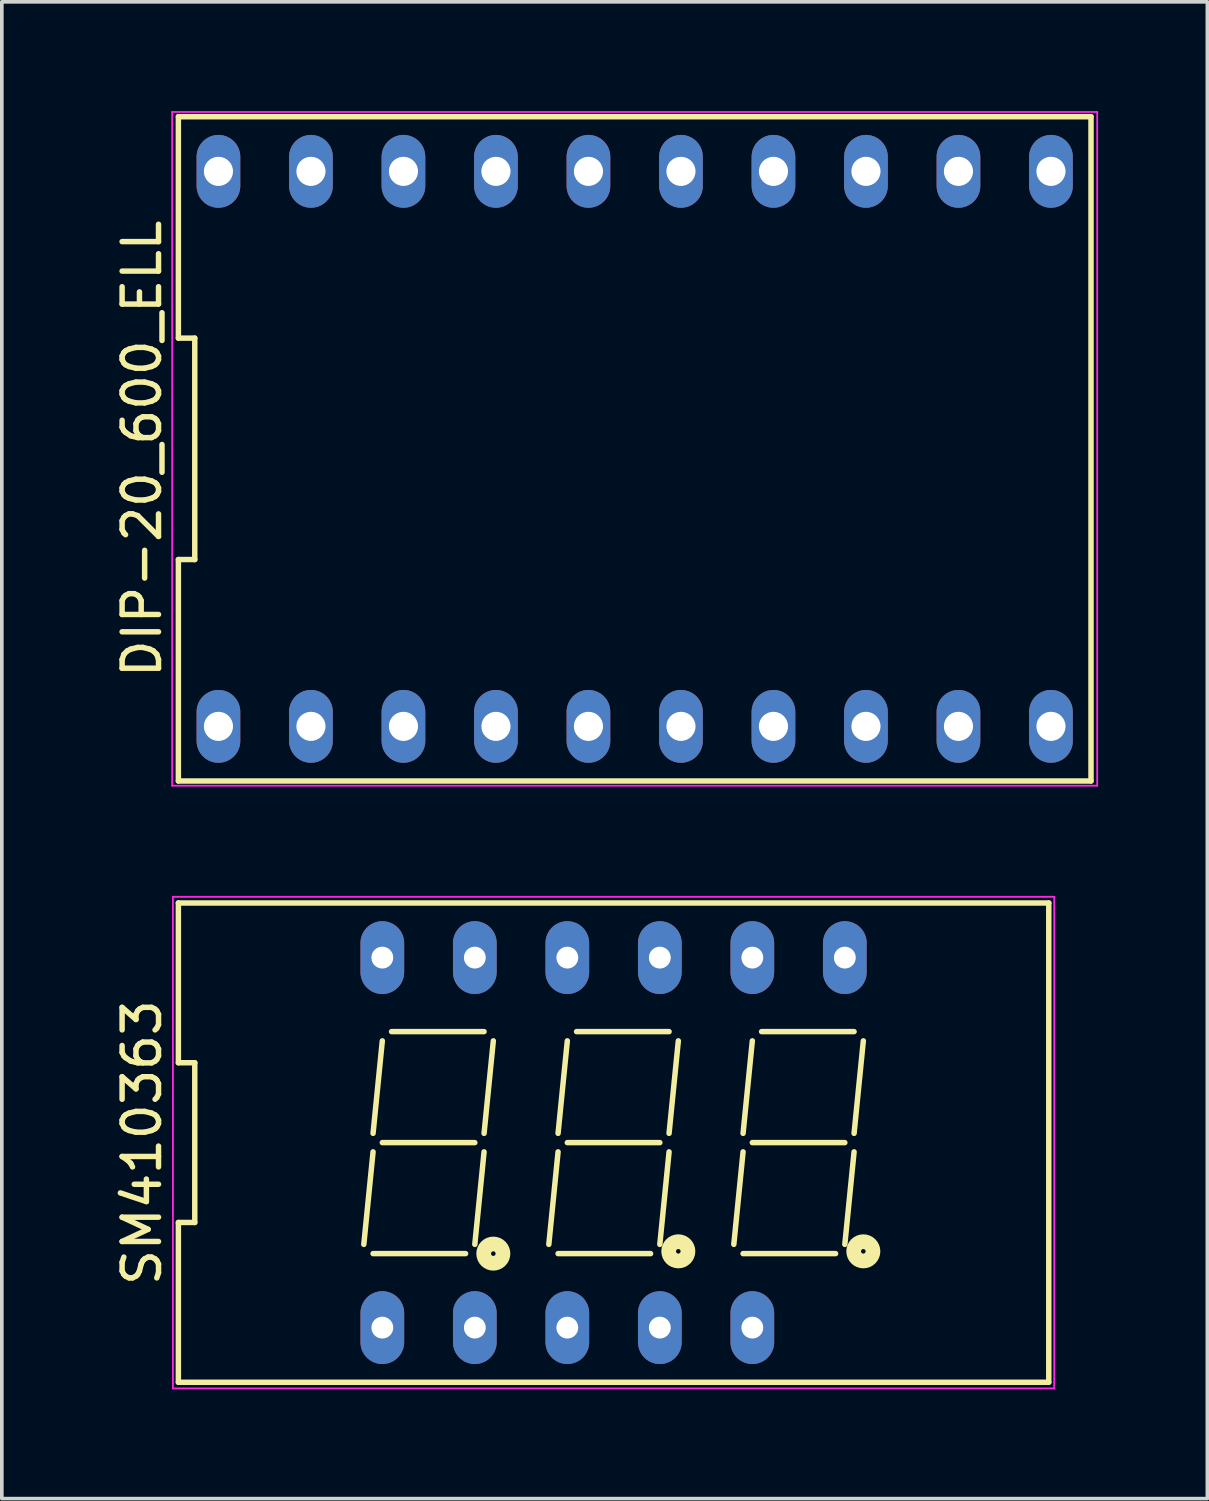
<source format=kicad_pcb>
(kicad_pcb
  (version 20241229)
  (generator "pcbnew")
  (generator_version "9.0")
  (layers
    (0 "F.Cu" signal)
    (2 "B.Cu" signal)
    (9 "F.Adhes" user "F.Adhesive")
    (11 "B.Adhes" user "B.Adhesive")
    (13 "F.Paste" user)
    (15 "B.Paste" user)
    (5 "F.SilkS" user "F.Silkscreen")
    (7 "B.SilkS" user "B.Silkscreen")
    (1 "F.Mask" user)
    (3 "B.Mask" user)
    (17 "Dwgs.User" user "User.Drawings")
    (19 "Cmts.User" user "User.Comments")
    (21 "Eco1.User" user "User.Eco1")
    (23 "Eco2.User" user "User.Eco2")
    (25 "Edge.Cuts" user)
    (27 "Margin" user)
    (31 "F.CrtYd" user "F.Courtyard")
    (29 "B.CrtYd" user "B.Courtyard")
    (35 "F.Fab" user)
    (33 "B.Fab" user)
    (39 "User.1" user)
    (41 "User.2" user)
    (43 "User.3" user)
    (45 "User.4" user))
  (footprint "DIP-20_600_ELL"
    (layer "F.Cu")
    (at 14.378 9.275)
    (property "Reference" "DIP-20_600_ELL" (at -13.53 0 90) (layer "F.SilkS") (effects (font (size 1 1) (thickness 0.15))))
    (attr through_hole)
    (fp_line (start -12.53 -9.12) (end -12.53 -3.04) (stroke (width 0.15) (type solid)) (layer "F.SilkS"))
    (fp_line (start -12.53 -3.04) (end -12.08 -3.04) (stroke (width 0.15) (type solid)) (layer "F.SilkS"))
    (fp_line (start -12.53 3.04) (end -12.53 9.12) (stroke (width 0.15) (type solid)) (layer "F.SilkS"))
    (fp_line (start -12.53 9.12) (end 12.53 9.12) (stroke (width 0.15) (type solid)) (layer "F.SilkS"))
    (fp_line (start -12.08 -3.04) (end -12.08 3.04) (stroke (width 0.15) (type solid)) (layer "F.SilkS"))
    (fp_line (start -12.08 3.04) (end -12.53 3.04) (stroke (width 0.15) (type solid)) (layer "F.SilkS"))
    (fp_line (start 12.53 -9.12) (end -12.53 -9.12) (stroke (width 0.15) (type solid)) (layer "F.SilkS"))
    (fp_line (start 12.53 9.12) (end 12.53 -9.12) (stroke (width 0.15) (type solid)) (layer "F.SilkS"))
    (fp_line (start -12.7 -9.25) (end 12.7 -9.25) (stroke (width 0.05) (type solid)) (layer "F.CrtYd"))
    (fp_line (start -12.7 9.25) (end -12.7 -9.25) (stroke (width 0.05) (type solid)) (layer "F.CrtYd"))
    (fp_line (start 12.7 -9.25) (end 12.7 9.25) (stroke (width 0.05) (type solid)) (layer "F.CrtYd"))
    (fp_line (start 12.7 9.25) (end -12.7 9.25) (stroke (width 0.05) (type solid)) (layer "F.CrtYd"))
    (pad "1" thru_hole oval (at -11.43 7.62) (size 1.2 2) (drill 0.8) (layers "*.Cu" "*.Mask"))
    (pad "2" thru_hole oval (at -8.89 7.62) (size 1.2 2) (drill 0.8) (layers "*.Cu" "*.Mask"))
    (pad "3" thru_hole oval (at -6.35 7.62) (size 1.2 2) (drill 0.8) (layers "*.Cu" "*.Mask"))
    (pad "4" thru_hole oval (at -3.81 7.62) (size 1.2 2) (drill 0.8) (layers "*.Cu" "*.Mask"))
    (pad "5" thru_hole oval (at -1.27 7.62) (size 1.2 2) (drill 0.8) (layers "*.Cu" "*.Mask"))
    (pad "6" thru_hole oval (at 1.27 7.62) (size 1.2 2) (drill 0.8) (layers "*.Cu" "*.Mask"))
    (pad "7" thru_hole oval (at 3.81 7.62) (size 1.2 2) (drill 0.8) (layers "*.Cu" "*.Mask"))
    (pad "8" thru_hole oval (at 6.35 7.62) (size 1.2 2) (drill 0.8) (layers "*.Cu" "*.Mask"))
    (pad "9" thru_hole oval (at 8.89 7.62) (size 1.2 2) (drill 0.8) (layers "*.Cu" "*.Mask"))
    (pad "10" thru_hole oval (at 11.43 7.62) (size 1.2 2) (drill 0.8) (layers "*.Cu" "*.Mask"))
    (pad "11" thru_hole oval (at 11.43 -7.62) (size 1.2 2) (drill 0.8) (layers "*.Cu" "*.Mask"))
    (pad "12" thru_hole oval (at 8.89 -7.62) (size 1.2 2) (drill 0.8) (layers "*.Cu" "*.Mask"))
    (pad "13" thru_hole oval (at 6.35 -7.62) (size 1.2 2) (drill 0.8) (layers "*.Cu" "*.Mask"))
    (pad "14" thru_hole oval (at 3.81 -7.62) (size 1.2 2) (drill 0.8) (layers "*.Cu" "*.Mask"))
    (pad "15" thru_hole oval (at 1.27 -7.62) (size 1.2 2) (drill 0.8) (layers "*.Cu" "*.Mask"))
    (pad "16" thru_hole oval (at -1.27 -7.62) (size 1.2 2) (drill 0.8) (layers "*.Cu" "*.Mask"))
    (pad "17" thru_hole oval (at -3.81 -7.62) (size 1.2 2) (drill 0.8) (layers "*.Cu" "*.Mask"))
    (pad "18" thru_hole oval (at -6.35 -7.62) (size 1.2 2) (drill 0.8) (layers "*.Cu" "*.Mask"))
    (pad "19" thru_hole oval (at -8.89 -7.62) (size 1.2 2) (drill 0.8) (layers "*.Cu" "*.Mask"))
    (pad "20" thru_hole oval (at -11.43 -7.62) (size 1.2 2) (drill 0.8) (layers "*.Cu" "*.Mask")))
  (footprint "SM410363"
    (layer "F.Cu")
    (at 13.798 28.325)
    (property "Reference" "SM410363" (at -12.95 0 90) (layer "F.SilkS") (effects (font (size 1 1) (thickness 0.15))))
    (attr through_hole)
    (fp_line (start -11.95 -6.58) (end -11.95 -2.193) (stroke (width 0.15) (type solid)) (layer "F.SilkS"))
    (fp_line (start -11.95 -2.193) (end -11.5 -2.193) (stroke (width 0.15) (type solid)) (layer "F.SilkS"))
    (fp_line (start -11.95 2.193) (end -11.95 6.58) (stroke (width 0.15) (type solid)) (layer "F.SilkS"))
    (fp_line (start -11.95 6.58) (end 11.95 6.58) (stroke (width 0.15) (type solid)) (layer "F.SilkS"))
    (fp_line (start -11.5 -2.193) (end -11.5 2.193) (stroke (width 0.15) (type solid)) (layer "F.SilkS"))
    (fp_line (start -11.5 2.193) (end -11.95 2.193) (stroke (width 0.15) (type solid)) (layer "F.SilkS"))
    (fp_line (start -6.858 2.794) (end -6.604 0.254) (stroke (width 0.15) (type solid)) (layer "F.SilkS"))
    (fp_line (start -6.604 -0.254) (end -6.35 -2.794) (stroke (width 0.15) (type solid)) (layer "F.SilkS"))
    (fp_line (start -6.604 3.048) (end -4.064 3.048) (stroke (width 0.15) (type solid)) (layer "F.SilkS"))
    (fp_line (start -6.35 0) (end -3.81 0) (stroke (width 0.15) (type solid)) (layer "F.SilkS"))
    (fp_line (start -6.096 -3.048) (end -3.556 -3.048) (stroke (width 0.15) (type solid)) (layer "F.SilkS"))
    (fp_line (start -3.81 2.794) (end -3.556 0.254) (stroke (width 0.15) (type solid)) (layer "F.SilkS"))
    (fp_line (start -3.556 -0.254) (end -3.302 -2.794) (stroke (width 0.15) (type solid)) (layer "F.SilkS"))
    (fp_line (start -1.778 2.794) (end -1.524 0.254) (stroke (width 0.15) (type solid)) (layer "F.SilkS"))
    (fp_line (start -1.524 -0.254) (end -1.27 -2.794) (stroke (width 0.15) (type solid)) (layer "F.SilkS"))
    (fp_line (start -1.524 3.048) (end 1.016 3.048) (stroke (width 0.15) (type solid)) (layer "F.SilkS"))
    (fp_line (start -1.27 0) (end 1.27 0) (stroke (width 0.15) (type solid)) (layer "F.SilkS"))
    (fp_line (start -1.016 -3.048) (end 1.524 -3.048) (stroke (width 0.15) (type solid)) (layer "F.SilkS"))
    (fp_line (start 1.27 2.794) (end 1.524 0.254) (stroke (width 0.15) (type solid)) (layer "F.SilkS"))
    (fp_line (start 1.524 -0.254) (end 1.778 -2.794) (stroke (width 0.15) (type solid)) (layer "F.SilkS"))
    (fp_line (start 3.302 2.794) (end 3.556 0.254) (stroke (width 0.15) (type solid)) (layer "F.SilkS"))
    (fp_line (start 3.556 -0.254) (end 3.81 -2.794) (stroke (width 0.15) (type solid)) (layer "F.SilkS"))
    (fp_line (start 3.556 3.048) (end 6.096 3.048) (stroke (width 0.15) (type solid)) (layer "F.SilkS"))
    (fp_line (start 3.81 0) (end 6.35 0) (stroke (width 0.15) (type solid)) (layer "F.SilkS"))
    (fp_line (start 4.064 -3.048) (end 6.604 -3.048) (stroke (width 0.15) (type solid)) (layer "F.SilkS"))
    (fp_line (start 6.35 2.794) (end 6.604 0.254) (stroke (width 0.15) (type solid)) (layer "F.SilkS"))
    (fp_line (start 6.604 -0.254) (end 6.858 -2.794) (stroke (width 0.15) (type solid)) (layer "F.SilkS"))
    (fp_line (start 11.95 -6.58) (end -11.95 -6.58) (stroke (width 0.15) (type solid)) (layer "F.SilkS"))
    (fp_line (start 11.95 6.58) (end 11.95 -6.58) (stroke (width 0.15) (type solid)) (layer "F.SilkS"))
    (fp_circle (center -3.302 3.048) (end -3.239 3.048) (stroke (width 0.404) (type solid)) (fill no) (layer "F.SilkS"))
    (fp_circle (center 1.778 2.985) (end 1.841 2.985) (stroke (width 0.404) (type solid)) (fill no) (layer "F.SilkS"))
    (fp_circle (center 6.858 2.985) (end 6.921 2.985) (stroke (width 0.404) (type solid)) (fill no) (layer "F.SilkS"))
    (fp_line (start -12.1 -6.75) (end 12.1 -6.75) (stroke (width 0.05) (type solid)) (layer "F.CrtYd"))
    (fp_line (start -12.1 6.75) (end -12.1 -6.75) (stroke (width 0.05) (type solid)) (layer "F.CrtYd"))
    (fp_line (start 12.1 -6.75) (end 12.1 6.75) (stroke (width 0.05) (type solid)) (layer "F.CrtYd"))
    (fp_line (start 12.1 6.75) (end -12.1 6.75) (stroke (width 0.05) (type solid)) (layer "F.CrtYd"))
    (pad "1" thru_hole oval (at -6.35 5.08) (size 1.2 2) (drill 0.6) (layers "*.Cu" "*.Mask"))
    (pad "2" thru_hole oval (at -3.81 5.08) (size 1.2 2) (drill 0.6) (layers "*.Cu" "*.Mask"))
    (pad "3" thru_hole oval (at -1.27 5.08) (size 1.2 2) (drill 0.6) (layers "*.Cu" "*.Mask"))
    (pad "4" thru_hole oval (at 1.27 5.08) (size 1.2 2) (drill 0.6) (layers "*.Cu" "*.Mask"))
    (pad "5" thru_hole oval (at 3.81 5.08) (size 1.2 2) (drill 0.6) (layers "*.Cu" "*.Mask"))
    (pad "6" thru_hole oval (at 6.35 -5.08) (size 1.2 2) (drill 0.6) (layers "*.Cu" "*.Mask"))
    (pad "7" thru_hole oval (at 3.81 -5.08) (size 1.2 2) (drill 0.6) (layers "*.Cu" "*.Mask"))
    (pad "8" thru_hole oval (at 1.27 -5.08) (size 1.2 2) (drill 0.6) (layers "*.Cu" "*.Mask"))
    (pad "9" thru_hole oval (at -1.27 -5.08) (size 1.2 2) (drill 0.6) (layers "*.Cu" "*.Mask"))
    (pad "10" thru_hole oval (at -3.81 -5.08) (size 1.2 2) (drill 0.6) (layers "*.Cu" "*.Mask"))
    (pad "11" thru_hole oval (at -6.35 -5.08) (size 1.2 2) (drill 0.6) (layers "*.Cu" "*.Mask")))
  (gr_rect
    (start -3 -3)
    (end 30.103 38.1)
    (stroke (width 0.1) (type default))
    (fill no)
    (layer "Edge.Cuts")))
</source>
